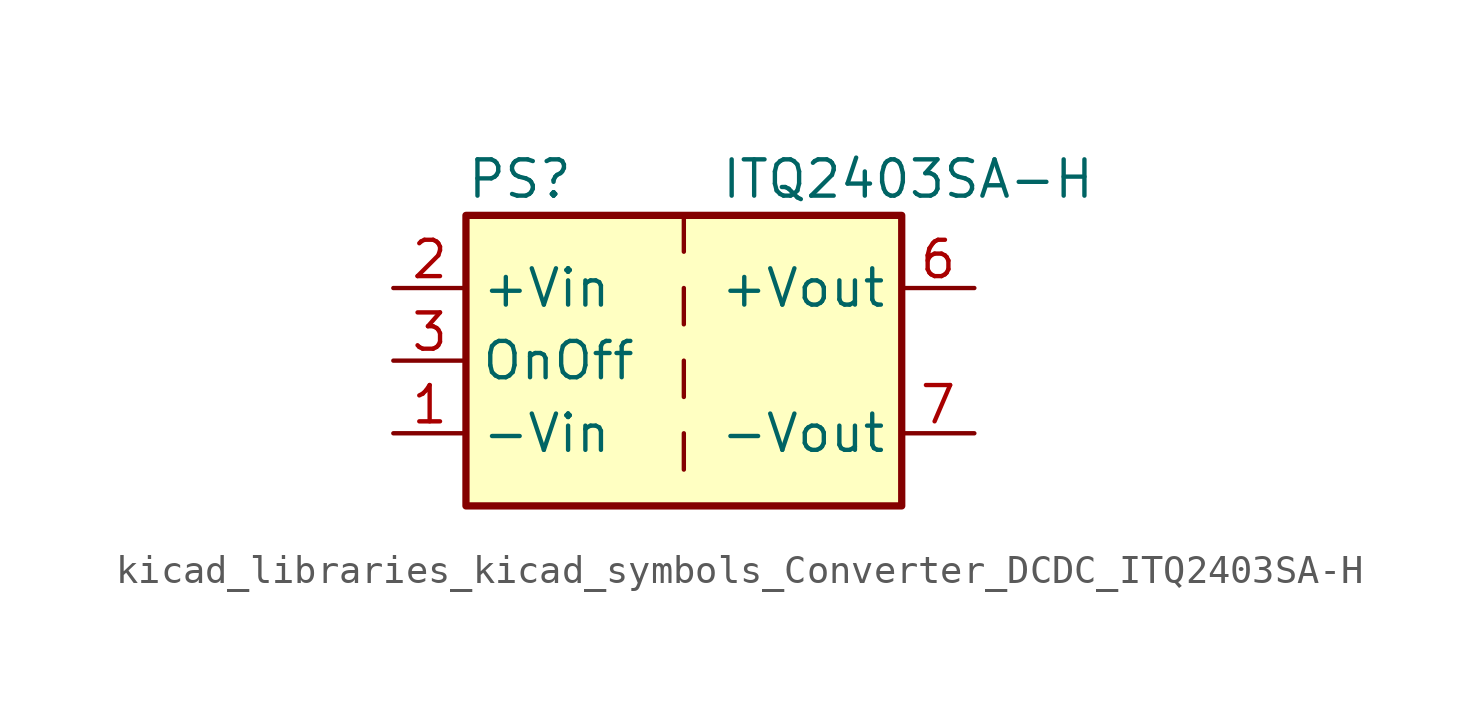
<source format=kicad_sym>
(kicad_symbol_lib
  (version 20220914)
  (generator kicad_symbol_editor)
  (symbol "kicad_libraries_kicad_symbols_Converter_DCDC_ITQ2403SA-H"
    (property "Reference" "PS"
      (at -7.62 6.35 0)
      (effects (font (size 1.27 1.27)) (justify left)))
    (property "Value" "ITQ2403SA-H"
      (at 1.27 6.35 0)
      (effects (font (size 1.27 1.27)) (justify left)))
    (symbol "kicad_libraries_kicad_symbols_Converter_DCDC_ITQ2403SA-H_0_0"
      (pin power_in line (at -10.16 -2.54 0) (length 2.54) (name "-Vin" (effects (font (size 1.27 1.27)))) (number "1" (effects (font (size 1.27 1.27)))))
      (pin power_in line (at -10.16 2.54 0) (length 2.54) (name "+Vin" (effects (font (size 1.27 1.27)))) (number "2" (effects (font (size 1.27 1.27)))))
      (pin input line (at -10.16 0 0) (length 2.54) (name "OnOff" (effects (font (size 1.27 1.27)))) (number "3" (effects (font (size 1.27 1.27)))))
      (pin power_out line (at 10.16 2.54 180) (length 2.54) (name "+Vout" (effects (font (size 1.27 1.27)))) (number "6" (effects (font (size 1.27 1.27)))))
      (pin power_out line (at 10.16 -2.54 180) (length 2.54) (name "-Vout" (effects (font (size 1.27 1.27)))) (number "7" (effects (font (size 1.27 1.27)))))
      (pin no_connect line (at 7.62 0 180) (length 2.54) hide (name "NC" (effects (font (size 1.27 1.27)))) (number "8" (effects (font (size 1.27 1.27))))))
    (symbol "kicad_libraries_kicad_symbols_Converter_DCDC_ITQ2403SA-H_0_1"
      (rectangle (start -7.62 5.08) (end 7.62 -5.08) (stroke (width 0.254) (type default)) (fill (type background)))
      (polyline (pts (xy 0 -2.54) (xy 0 -3.81)) (stroke (width 0) (type default)) (fill (type none)))
      (polyline (pts (xy 0 0) (xy 0 -1.27)) (stroke (width 0) (type default)) (fill (type none)))
      (polyline (pts (xy 0 2.54) (xy 0 1.27)) (stroke (width 0) (type default)) (fill (type none)))
      (polyline (pts (xy 0 5.08) (xy 0 3.81)) (stroke (width 0) (type default)) (fill (type none))))))
</source>
